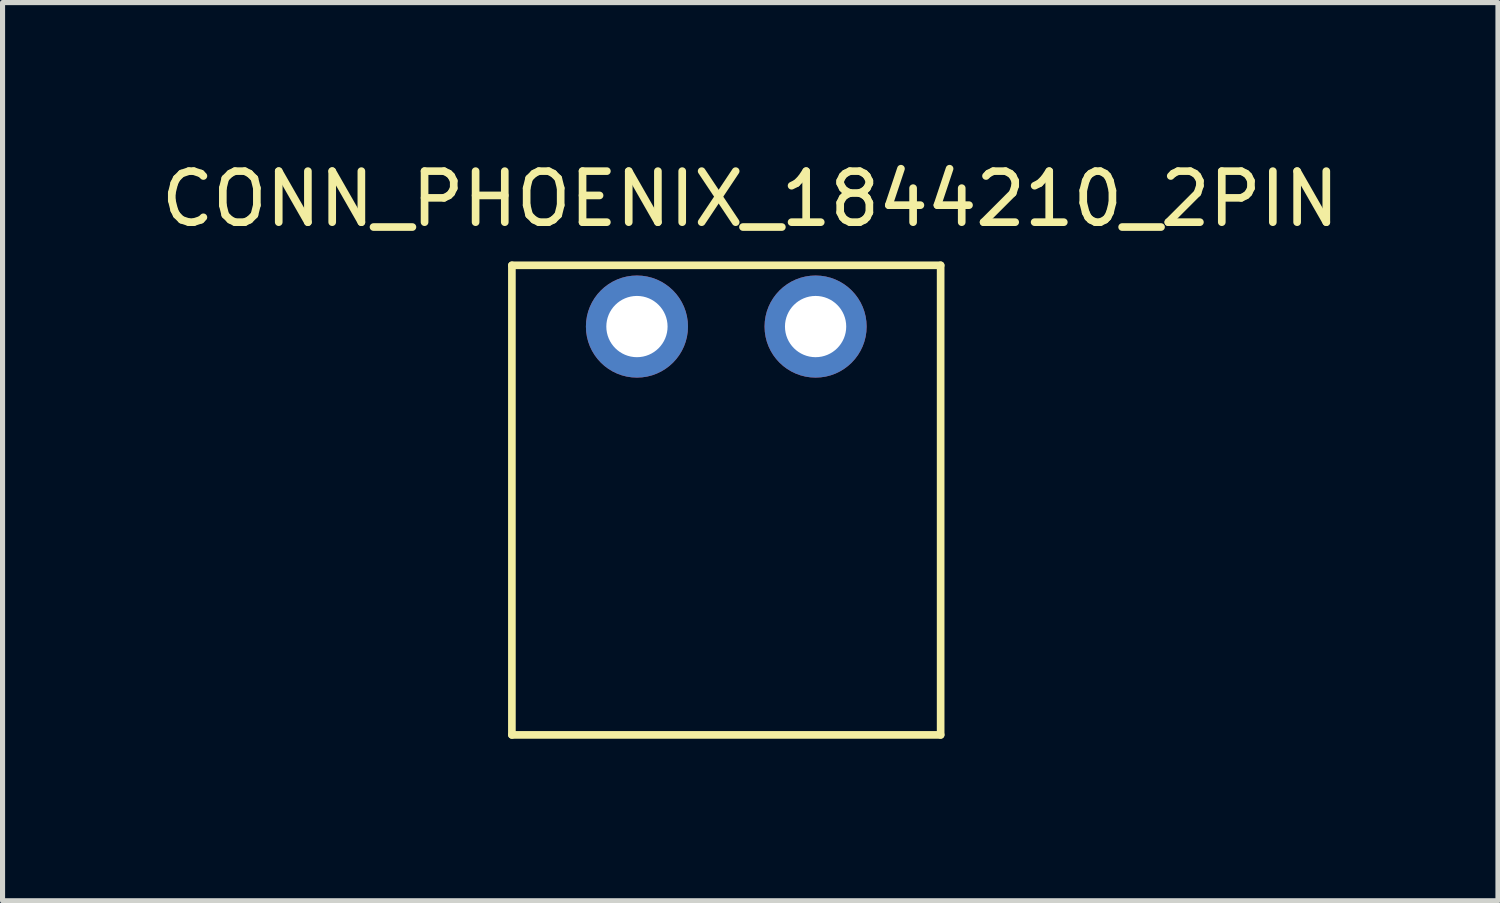
<source format=kicad_pcb>
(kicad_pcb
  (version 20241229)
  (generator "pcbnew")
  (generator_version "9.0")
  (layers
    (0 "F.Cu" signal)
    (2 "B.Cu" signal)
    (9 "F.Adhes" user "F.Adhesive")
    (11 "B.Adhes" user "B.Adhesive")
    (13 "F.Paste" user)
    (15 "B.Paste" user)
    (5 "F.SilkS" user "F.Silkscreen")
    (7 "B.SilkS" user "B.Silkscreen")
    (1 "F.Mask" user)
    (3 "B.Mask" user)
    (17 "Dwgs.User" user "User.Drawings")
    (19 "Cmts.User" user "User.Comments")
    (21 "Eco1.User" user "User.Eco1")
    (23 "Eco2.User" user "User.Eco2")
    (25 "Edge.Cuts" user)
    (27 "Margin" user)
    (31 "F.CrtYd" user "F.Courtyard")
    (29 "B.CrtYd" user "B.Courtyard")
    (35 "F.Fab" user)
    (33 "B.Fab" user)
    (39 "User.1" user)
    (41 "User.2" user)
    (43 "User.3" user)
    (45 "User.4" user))
  (footprint "CONN_PHOENIX_1844210_2PIN"
    (layer "F.Cu")
    (at 6.979 11.348)
    (property "Reference" "CONN_PHOENIX_1844210_2PIN" (at 4.67 -10.5 0) (layer "F.SilkS") (effects (font (size 1 1) (thickness 0.15))))
    (attr through_hole)
    (fp_line (start 0 -9.2) (end 8.4 -9.2) (stroke (width 0.15) (type solid)) (layer "F.SilkS"))
    (fp_line (start 0 0) (end 0 -9.2) (stroke (width 0.15) (type solid)) (layer "F.SilkS"))
    (fp_line (start 0 0) (end 8.4 0) (stroke (width 0.15) (type solid)) (layer "F.SilkS"))
    (fp_line (start 8.4 0) (end 8.4 -9.2) (stroke (width 0.15) (type solid)) (layer "F.SilkS"))
    (pad "1" thru_hole circle (at 2.45 -8) (size 2 2) (drill 1.2) (layers "*.Cu" "*.Mask"))
    (pad "2" thru_hole circle (at 5.95 -8) (size 2 2) (drill 1.2) (layers "*.Cu" "*.Mask")))
  (gr_rect
    (start -3 -3)
    (end 26.298 14.598)
    (stroke (width 0.1) (type default))
    (fill no)
    (layer "Edge.Cuts")))
</source>
